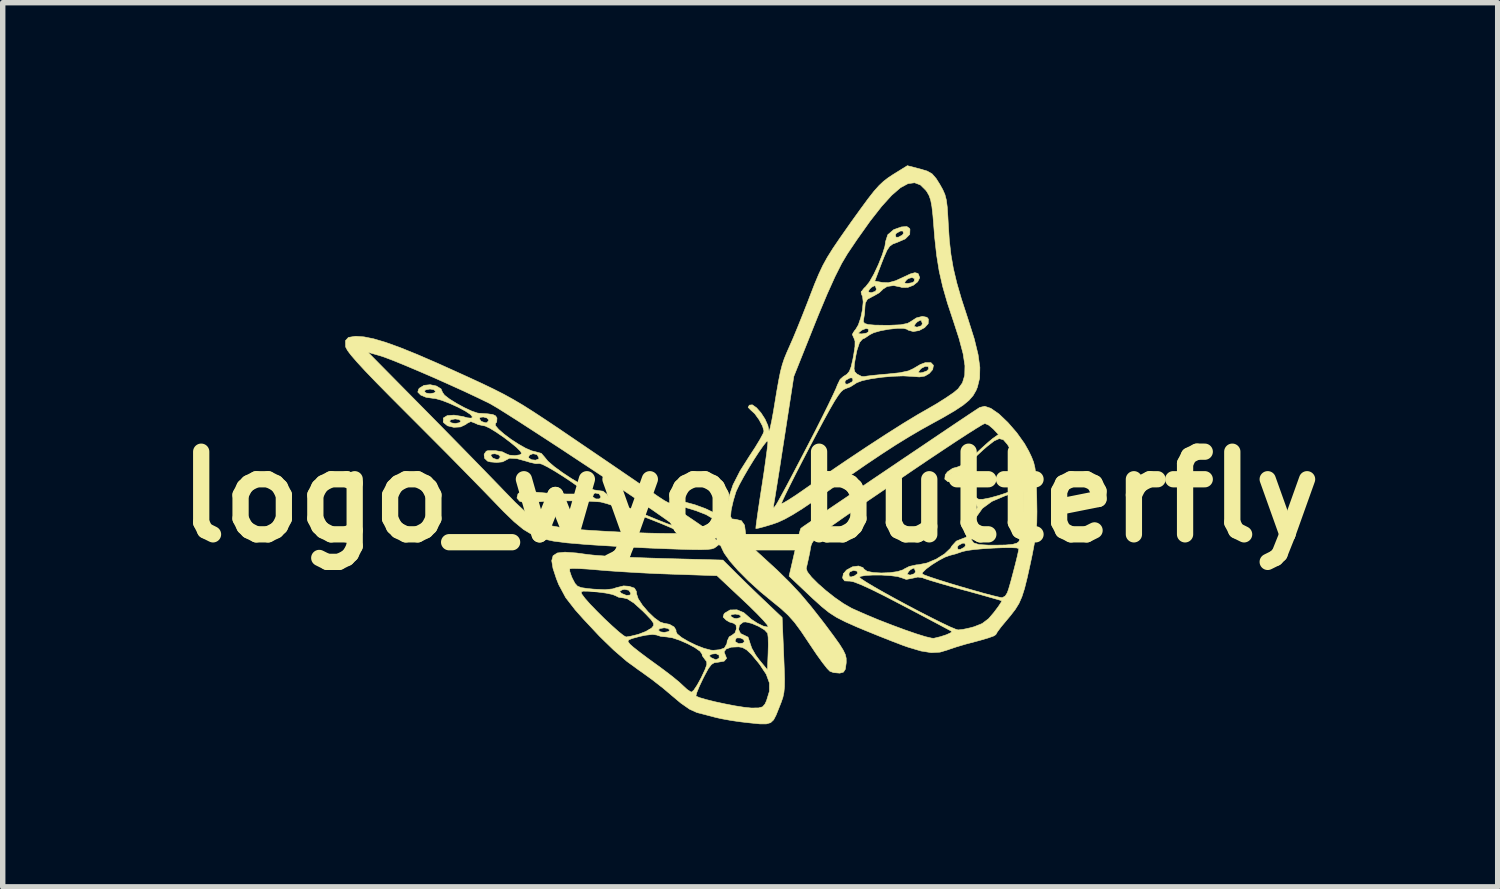
<source format=kicad_pcb>
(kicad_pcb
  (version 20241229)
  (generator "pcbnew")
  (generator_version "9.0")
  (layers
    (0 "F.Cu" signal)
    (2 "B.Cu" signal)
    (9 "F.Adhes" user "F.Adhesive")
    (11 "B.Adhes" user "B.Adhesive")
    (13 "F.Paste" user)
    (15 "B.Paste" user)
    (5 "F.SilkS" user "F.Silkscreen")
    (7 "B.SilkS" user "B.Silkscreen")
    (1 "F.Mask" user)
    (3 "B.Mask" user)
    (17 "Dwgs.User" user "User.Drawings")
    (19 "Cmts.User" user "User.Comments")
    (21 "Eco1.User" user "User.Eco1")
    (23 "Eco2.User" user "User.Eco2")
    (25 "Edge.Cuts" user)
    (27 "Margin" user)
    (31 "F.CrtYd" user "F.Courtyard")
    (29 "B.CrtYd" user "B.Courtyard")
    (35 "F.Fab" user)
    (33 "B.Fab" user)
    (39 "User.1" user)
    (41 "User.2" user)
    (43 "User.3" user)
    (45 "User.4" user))
  (footprint "logo_wyo_butterfly"
    (layer "F.Cu")
    (at 10.784 6.114)
    (property "Reference" "logo_wyo_butterfly" (at 0 0 0) (layer "F.SilkS") (effects (font (size 1.524 1.524) (thickness 0.3))))
    (attr through_hole)
    (fp_poly (pts (xy -3.207 1.033) (xy -2.985 1.063) (xy -2.859 1.076) (xy -2.665 1.09) (xy -2.417 1.104) (xy -2.132 1.117) (xy -1.823 1.128) (xy -1.595 1.135) (xy -0.503 1.164) (xy -0.262 1.404) (xy -0.116 1.548) (xy 0.059 1.718) (xy 0.234 1.886) (xy 0.284 1.933) (xy 0.589 2.223) (xy 0.618 2.912) (xy 0.628 3.169) (xy 0.634 3.358) (xy 0.632 3.497) (xy 0.622 3.604) (xy 0.603 3.695) (xy 0.571 3.788) (xy 0.528 3.897) (xy 0.477 4.024) (xy 0.432 4.11) (xy 0.377 4.162) (xy 0.298 4.185) (xy 0.177 4.185) (xy -0.002 4.167) (xy -0.169 4.148) (xy -0.351 4.122) (xy -0.532 4.089) (xy -0.635 4.066) (xy -0.795 4.024) (xy -0.953 3.983) (xy -0.986 3.974) (xy -1.115 3.916) (xy -1.28 3.801) (xy -1.429 3.676) (xy -1.441 3.666) (xy -1 3.666) (xy -0.999 3.672) (xy -0.939 3.699) (xy -0.816 3.735) (xy -0.652 3.776) (xy -0.466 3.816) (xy -0.28 3.852) (xy -0.115 3.878) (xy 0.009 3.891) (xy 0.027 3.892) (xy 0.156 3.89) (xy 0.229 3.87) (xy 0.273 3.818) (xy 0.301 3.757) (xy 0.354 3.584) (xy 0.354 3.429) (xy 0.296 3.27) (xy 0.175 3.088) (xy 0.141 3.045) (xy 0.023 2.903) (xy -0.066 2.819) (xy -0.143 2.776) (xy -0.212 2.764) (xy -0.348 2.77) (xy -0.443 2.804) (xy -0.482 2.856) (xy -0.465 2.901) (xy -0.435 2.976) (xy -0.481 3.028) (xy -0.594 3.048) (xy -0.595 3.048) (xy -0.661 3.056) (xy -0.715 3.089) (xy -0.771 3.163) (xy -0.842 3.294) (xy -0.87 3.349) (xy -0.938 3.492) (xy -0.984 3.604) (xy -1 3.666) (xy -1.441 3.666) (xy -1.605 3.527) (xy -1.813 3.365) (xy -2.014 3.22) (xy -2.052 3.194) (xy -2.277 3.03) (xy -2.517 2.823) (xy -2.679 2.666) (xy -2.254 2.666) (xy -2.224 2.708) (xy -2.217 2.716) (xy -2.154 2.772) (xy -2.038 2.863) (xy -1.889 2.975) (xy -1.758 3.07) (xy -1.587 3.195) (xy -1.429 3.316) (xy -1.306 3.418) (xy -1.249 3.471) (xy -1.162 3.551) (xy -1.094 3.595) (xy -1.081 3.598) (xy -1.04 3.563) (xy -0.978 3.47) (xy -0.906 3.339) (xy -0.9 3.327) (xy -0.832 3.181) (xy -0.8 3.091) (xy -0.802 3.037) (xy -0.828 3.004) (xy -0.88 2.932) (xy -0.882 2.927) (xy -0.757 2.927) (xy -0.725 2.961) (xy -0.718 2.965) (xy -0.633 3.003) (xy -0.581 2.977) (xy -0.573 2.966) (xy -0.575 2.916) (xy -0.632 2.889) (xy -0.71 2.898) (xy -0.757 2.927) (xy -0.882 2.927) (xy -0.889 2.895) (xy -0.926 2.844) (xy -1.021 2.777) (xy -1.152 2.707) (xy -1.296 2.644) (xy -1.432 2.598) (xy -1.533 2.582) (xy -1.648 2.571) (xy -1.729 2.545) (xy -1.729 2.545) (xy -1.802 2.535) (xy -1.932 2.55) (xy -2.037 2.572) (xy -2.174 2.609) (xy -2.242 2.636) (xy -2.254 2.666) (xy -2.679 2.666) (xy -2.782 2.565) (xy -3.079 2.248) (xy -3.226 2.083) (xy -3.403 1.855) (xy -3.459 1.75) (xy -3.115 1.75) (xy -3.111 1.78) (xy -3.104 1.794) (xy -3.048 1.869) (xy -2.951 1.979) (xy -2.825 2.109) (xy -2.687 2.246) (xy -2.549 2.375) (xy -2.427 2.484) (xy -2.335 2.557) (xy -2.289 2.582) (xy -2.208 2.569) (xy -2.088 2.54) (xy -2.05 2.529) (xy -1.924 2.48) (xy -1.882 2.455) (xy -1.693 2.455) (xy -1.657 2.487) (xy -1.587 2.498) (xy -1.508 2.483) (xy -1.482 2.455) (xy -1.518 2.424) (xy -1.587 2.413) (xy -1.667 2.427) (xy -1.693 2.455) (xy -1.882 2.455) (xy -1.826 2.423) (xy -1.81 2.409) (xy -1.781 2.37) (xy -1.784 2.327) (xy -1.827 2.264) (xy -1.919 2.166) (xy -1.983 2.102) (xy -2.145 1.956) (xy -2.266 1.878) (xy -2.332 1.863) (xy -2.429 1.848) (xy -2.48 1.822) (xy -2.54 1.798) (xy -2.659 1.773) (xy -2.814 1.753) (xy -2.832 1.751) (xy -2.955 1.741) (xy -2.408 1.741) (xy -2.376 1.776) (xy -2.369 1.78) (xy -2.281 1.816) (xy -2.217 1.809) (xy -2.201 1.78) (xy -2.236 1.721) (xy -2.316 1.703) (xy -2.361 1.713) (xy -2.408 1.741) (xy -2.955 1.741) (xy -2.991 1.738) (xy -3.08 1.737) (xy -3.115 1.75) (xy -3.459 1.75) (xy -3.53 1.618) (xy -3.575 1.504) (xy -3.634 1.324) (xy -3.328 1.324) (xy -3.327 1.374) (xy -3.294 1.47) (xy -3.275 1.511) (xy -3.231 1.594) (xy -3.186 1.644) (xy -3.116 1.672) (xy -2.999 1.689) (xy -2.886 1.7) (xy -2.675 1.71) (xy -2.532 1.695) (xy -2.472 1.674) (xy -2.335 1.64) (xy -2.232 1.648) (xy -2.135 1.681) (xy -2.099 1.741) (xy -2.095 1.789) (xy -2.065 1.878) (xy -1.988 1.996) (xy -1.882 2.12) (xy -1.767 2.23) (xy -1.662 2.306) (xy -1.597 2.328) (xy -1.49 2.348) (xy -1.404 2.397) (xy -1.367 2.457) (xy -1.37 2.476) (xy -1.347 2.525) (xy -1.265 2.592) (xy -1.141 2.665) (xy -0.998 2.735) (xy -0.853 2.791) (xy -0.728 2.824) (xy -0.68 2.828) (xy -0.564 2.817) (xy -0.481 2.788) (xy -0.476 2.785) (xy -0.431 2.709) (xy -0.423 2.658) (xy -0.423 2.657) (xy -0.279 2.657) (xy -0.273 2.67) (xy -0.211 2.706) (xy -0.135 2.695) (xy -0.109 2.671) (xy -0.119 2.63) (xy -0.176 2.601) (xy -0.243 2.599) (xy -0.259 2.606) (xy -0.279 2.657) (xy -0.423 2.657) (xy -0.387 2.579) (xy -0.339 2.552) (xy -0.281 2.508) (xy -0.258 2.445) (xy -0.214 2.445) (xy -0.178 2.518) (xy -0.116 2.548) (xy -0.04 2.585) (xy -0.007 2.682) (xy -0.007 2.685) (xy 0.028 2.787) (xy 0.101 2.916) (xy 0.162 2.999) (xy 0.318 3.189) (xy 0.33 2.879) (xy 0.334 2.72) (xy 0.331 2.59) (xy 0.322 2.517) (xy 0.322 2.514) (xy 0.264 2.451) (xy 0.156 2.386) (xy 0.03 2.332) (xy -0.082 2.305) (xy -0.129 2.308) (xy -0.198 2.363) (xy -0.214 2.445) (xy -0.258 2.445) (xy -0.254 2.433) (xy -0.261 2.362) (xy -0.306 2.328) (xy -0.309 2.328) (xy -0.386 2.305) (xy -0.445 2.269) (xy -0.499 2.215) (xy -0.495 2.201) (xy -0.36 2.201) (xy -0.3 2.237) (xy -0.252 2.244) (xy -0.184 2.225) (xy -0.169 2.201) (xy -0.206 2.17) (xy -0.278 2.159) (xy -0.35 2.172) (xy -0.36 2.201) (xy -0.495 2.201) (xy -0.484 2.161) (xy -0.469 2.142) (xy -0.371 2.084) (xy -0.244 2.081) (xy -0.119 2.133) (xy -0.072 2.174) (xy 0.021 2.256) (xy 0.133 2.329) (xy 0.239 2.381) (xy 0.315 2.398) (xy 0.332 2.391) (xy 0.312 2.355) (xy 0.24 2.271) (xy 0.125 2.151) (xy -0.023 2.005) (xy -0.126 1.908) (xy -0.612 1.452) (xy -1.438 1.424) (xy -1.74 1.413) (xy -2.056 1.397) (xy -2.359 1.379) (xy -2.624 1.361) (xy -2.783 1.348) (xy -2.984 1.331) (xy -3.153 1.321) (xy -3.273 1.318) (xy -3.327 1.324) (xy -3.328 1.324) (xy -3.634 1.324) (xy -3.637 1.314) (xy -3.66 1.176) (xy -3.635 1.084) (xy -3.557 1.033) (xy -3.416 1.018) (xy -3.207 1.033)) (stroke (width 0.01) (type solid)) (fill yes) (layer "F.SilkS"))
    (fp_poly (pts (xy 4.438 -1.634) (xy 4.439 -1.633) (xy 4.587 -1.53) (xy 4.752 -1.373) (xy 4.915 -1.185) (xy 5.057 -0.986) (xy 5.135 -0.848) (xy 5.189 -0.735) (xy 5.227 -0.638) (xy 5.251 -0.537) (xy 5.267 -0.413) (xy 5.276 -0.247) (xy 5.283 -0.018) (xy 5.284 0.02) (xy 5.288 0.272) (xy 5.285 0.473) (xy 5.271 0.652) (xy 5.244 0.838) (xy 5.202 1.059) (xy 5.168 1.22) (xy 5.109 1.487) (xy 5.059 1.688) (xy 5.01 1.841) (xy 4.956 1.964) (xy 4.888 2.074) (xy 4.8 2.188) (xy 4.724 2.279) (xy 4.627 2.395) (xy 4.558 2.488) (xy 4.53 2.537) (xy 4.53 2.538) (xy 4.492 2.563) (xy 4.389 2.6) (xy 4.242 2.643) (xy 4.164 2.664) (xy 3.978 2.713) (xy 3.806 2.764) (xy 3.677 2.807) (xy 3.651 2.817) (xy 3.501 2.862) (xy 3.34 2.871) (xy 3.15 2.841) (xy 2.912 2.77) (xy 2.815 2.736) (xy 2.611 2.658) (xy 2.366 2.561) (xy 2.115 2.459) (xy 1.964 2.396) (xy 1.755 2.303) (xy 1.594 2.221) (xy 1.458 2.134) (xy 1.321 2.024) (xy 1.156 1.875) (xy 1.106 1.828) (xy 0.717 1.46) (xy 0.75 1.318) (xy 1.033 1.318) (xy 1.054 1.381) (xy 1.131 1.479) (xy 1.251 1.599) (xy 1.398 1.728) (xy 1.559 1.855) (xy 1.719 1.966) (xy 1.865 2.05) (xy 1.888 2.061) (xy 2.118 2.163) (xy 2.364 2.266) (xy 2.614 2.363) (xy 2.851 2.451) (xy 3.062 2.524) (xy 3.233 2.577) (xy 3.349 2.604) (xy 3.387 2.606) (xy 3.507 2.577) (xy 3.615 2.542) (xy 3.695 2.506) (xy 3.721 2.483) (xy 3.721 2.482) (xy 3.68 2.459) (xy 3.575 2.403) (xy 3.416 2.318) (xy 3.214 2.211) (xy 2.979 2.087) (xy 2.811 1.999) (xy 2.487 1.83) (xy 2.231 1.703) (xy 2.04 1.616) (xy 1.91 1.566) (xy 1.836 1.551) (xy 1.827 1.552) (xy 1.741 1.548) (xy 1.703 1.494) (xy 1.706 1.478) (xy 2.013 1.478) (xy 2.042 1.507) (xy 2.134 1.568) (xy 2.277 1.654) (xy 2.459 1.758) (xy 2.667 1.873) (xy 2.89 1.993) (xy 3.115 2.112) (xy 3.33 2.222) (xy 3.522 2.318) (xy 3.679 2.393) (xy 3.789 2.439) (xy 3.834 2.452) (xy 3.925 2.442) (xy 4.058 2.413) (xy 4.131 2.393) (xy 4.278 2.334) (xy 4.396 2.245) (xy 4.495 2.129) (xy 4.576 2.021) (xy 4.627 1.943) (xy 4.639 1.916) (xy 4.597 1.901) (xy 4.486 1.869) (xy 4.321 1.822) (xy 4.114 1.764) (xy 3.933 1.715) (xy 3.699 1.65) (xy 3.492 1.59) (xy 3.325 1.54) (xy 3.214 1.504) (xy 3.177 1.489) (xy 3.091 1.477) (xy 2.996 1.498) (xy 2.878 1.521) (xy 2.794 1.491) (xy 2.716 1.467) (xy 2.587 1.451) (xy 2.43 1.441) (xy 2.27 1.44) (xy 2.131 1.447) (xy 2.038 1.463) (xy 2.013 1.478) (xy 1.706 1.478) (xy 1.718 1.418) (xy 1.82 1.418) (xy 1.828 1.472) (xy 1.87 1.474) (xy 1.923 1.456) (xy 1.965 1.424) (xy 2.894 1.424) (xy 2.938 1.439) (xy 2.958 1.439) (xy 3.019 1.418) (xy 3.171 1.418) (xy 3.213 1.44) (xy 3.321 1.479) (xy 3.479 1.531) (xy 3.671 1.591) (xy 3.881 1.654) (xy 4.095 1.716) (xy 4.295 1.773) (xy 4.465 1.818) (xy 4.591 1.848) (xy 4.647 1.858) (xy 4.703 1.827) (xy 4.741 1.767) (xy 4.767 1.692) (xy 4.804 1.564) (xy 4.846 1.406) (xy 4.889 1.241) (xy 4.925 1.095) (xy 4.948 0.99) (xy 4.953 0.953) (xy 4.914 0.94) (xy 4.81 0.935) (xy 4.661 0.936) (xy 4.487 0.943) (xy 4.305 0.954) (xy 4.137 0.969) (xy 4.001 0.987) (xy 3.917 1.006) (xy 3.916 1.006) (xy 3.788 1.05) (xy 3.683 1.077) (xy 3.589 1.111) (xy 3.47 1.174) (xy 3.349 1.25) (xy 3.245 1.327) (xy 3.181 1.39) (xy 3.171 1.418) (xy 3.019 1.418) (xy 3.031 1.414) (xy 3.048 1.376) (xy 3.028 1.319) (xy 3.011 1.312) (xy 2.956 1.341) (xy 2.921 1.376) (xy 2.894 1.424) (xy 1.965 1.424) (xy 1.984 1.41) (xy 1.969 1.368) (xy 1.905 1.355) (xy 1.836 1.381) (xy 1.82 1.418) (xy 1.718 1.418) (xy 1.719 1.415) (xy 1.776 1.348) (xy 1.886 1.288) (xy 1.997 1.273) (xy 2.08 1.303) (xy 2.101 1.333) (xy 2.156 1.371) (xy 2.27 1.394) (xy 2.417 1.402) (xy 2.575 1.396) (xy 2.717 1.376) (xy 2.82 1.343) (xy 2.843 1.327) (xy 2.934 1.281) (xy 3.064 1.252) (xy 3.101 1.25) (xy 3.259 1.218) (xy 3.429 1.147) (xy 3.583 1.051) (xy 3.694 0.946) (xy 3.707 0.925) (xy 3.819 0.925) (xy 3.832 0.967) (xy 3.876 0.967) (xy 3.95 0.927) (xy 3.97 0.896) (xy 3.958 0.853) (xy 3.914 0.853) (xy 3.839 0.894) (xy 3.819 0.925) (xy 3.707 0.925) (xy 3.722 0.901) (xy 3.801 0.814) (xy 3.869 0.786) (xy 4.077 0.786) (xy 4.121 0.847) (xy 4.22 0.878) (xy 4.387 0.888) (xy 4.506 0.889) (xy 4.707 0.886) (xy 4.84 0.874) (xy 4.919 0.851) (xy 4.955 0.823) (xy 4.975 0.764) (xy 4.995 0.648) (xy 5.013 0.494) (xy 5.029 0.323) (xy 5.04 0.155) (xy 5.044 0.01) (xy 5.041 -0.091) (xy 5.029 -0.127) (xy 4.983 -0.114) (xy 4.877 -0.081) (xy 4.734 -0.033) (xy 4.704 -0.023) (xy 4.457 0.082) (xy 4.282 0.21) (xy 4.167 0.372) (xy 4.11 0.532) (xy 4.077 0.685) (xy 4.077 0.786) (xy 3.869 0.786) (xy 3.89 0.778) (xy 3.981 0.743) (xy 4.027 0.666) (xy 4.041 0.606) (xy 4.067 0.489) (xy 4.091 0.403) (xy 4.092 0.399) (xy 4.082 0.349) (xy 4.029 0.339) (xy 3.935 0.316) (xy 3.913 0.255) (xy 3.922 0.239) (xy 4.037 0.239) (xy 4.081 0.254) (xy 4.101 0.254) (xy 4.174 0.229) (xy 4.191 0.191) (xy 4.171 0.134) (xy 4.154 0.127) (xy 4.099 0.156) (xy 4.064 0.191) (xy 4.037 0.239) (xy 3.922 0.239) (xy 3.963 0.172) (xy 3.989 0.147) (xy 4.097 0.054) (xy 3.985 -0.123) (xy 3.91 -0.23) (xy 3.848 -0.278) (xy 3.777 -0.282) (xy 3.761 -0.279) (xy 3.646 -0.281) (xy 3.588 -0.33) (xy 3.588 -0.332) (xy 3.932 -0.332) (xy 3.976 -0.219) (xy 4.05 -0.101) (xy 4.139 -0.004) (xy 4.21 0.042) (xy 4.289 0.043) (xy 4.422 0.017) (xy 4.585 -0.028) (xy 4.756 -0.086) (xy 4.911 -0.15) (xy 4.958 -0.173) (xy 4.999 -0.239) (xy 4.999 -0.36) (xy 4.964 -0.519) (xy 4.895 -0.698) (xy 4.833 -0.82) (xy 4.743 -0.97) (xy 4.669 -1.055) (xy 4.593 -1.076) (xy 4.499 -1.034) (xy 4.368 -0.932) (xy 4.296 -0.869) (xy 4.167 -0.75) (xy 4.063 -0.645) (xy 4.002 -0.571) (xy 3.993 -0.554) (xy 3.956 -0.458) (xy 3.933 -0.413) (xy 3.932 -0.332) (xy 3.588 -0.332) (xy 3.594 -0.382) (xy 3.683 -0.382) (xy 3.71 -0.342) (xy 3.787 -0.366) (xy 3.809 -0.379) (xy 3.848 -0.426) (xy 3.842 -0.447) (xy 3.782 -0.46) (xy 3.713 -0.43) (xy 3.683 -0.382) (xy 3.594 -0.382) (xy 3.597 -0.409) (xy 3.638 -0.463) (xy 3.733 -0.528) (xy 3.816 -0.55) (xy 3.892 -0.58) (xy 4.006 -0.66) (xy 4.14 -0.778) (xy 4.145 -0.784) (xy 4.274 -0.905) (xy 4.391 -1.01) (xy 4.474 -1.079) (xy 4.482 -1.084) (xy 4.578 -1.152) (xy 4.483 -1.253) (xy 4.399 -1.324) (xy 4.329 -1.355) (xy 4.327 -1.355) (xy 4.279 -1.332) (xy 4.17 -1.266) (xy 4.006 -1.162) (xy 3.798 -1.027) (xy 3.552 -0.864) (xy 3.276 -0.68) (xy 2.98 -0.48) (xy 2.948 -0.458) (xy 2.547 -0.185) (xy 2.21 0.044) (xy 1.932 0.233) (xy 1.706 0.389) (xy 1.528 0.514) (xy 1.39 0.615) (xy 1.288 0.694) (xy 1.216 0.757) (xy 1.168 0.808) (xy 1.139 0.852) (xy 1.123 0.893) (xy 1.113 0.936) (xy 1.105 0.985) (xy 1.1 1.016) (xy 1.07 1.158) (xy 1.044 1.273) (xy 1.033 1.318) (xy 0.75 1.318) (xy 0.817 1.027) (xy 0.86 0.847) (xy 0.897 0.7) (xy 0.924 0.605) (xy 0.935 0.578) (xy 0.979 0.546) (xy 1.086 0.473) (xy 1.245 0.364) (xy 1.449 0.225) (xy 1.689 0.063) (xy 1.956 -0.118) (xy 2.241 -0.312) (xy 2.536 -0.511) (xy 2.833 -0.712) (xy 3.123 -0.907) (xy 3.397 -1.092) (xy 3.646 -1.26) (xy 3.862 -1.405) (xy 4.037 -1.522) (xy 4.161 -1.604) (xy 4.227 -1.647) (xy 4.234 -1.651) (xy 4.325 -1.672) (xy 4.438 -1.634)) (stroke (width 0.01) (type solid)) (fill yes) (layer "F.SilkS"))
    (fp_poly (pts (xy 3.13 -6.049) (xy 3.265 -6.009) (xy 3.354 -5.958) (xy 3.428 -5.873) (xy 3.495 -5.767) (xy 3.551 -5.667) (xy 3.591 -5.576) (xy 3.617 -5.475) (xy 3.634 -5.343) (xy 3.646 -5.157) (xy 3.653 -5.026) (xy 3.672 -4.732) (xy 3.702 -4.468) (xy 3.746 -4.214) (xy 3.809 -3.948) (xy 3.896 -3.648) (xy 4.012 -3.293) (xy 4.021 -3.265) (xy 4.132 -2.914) (xy 4.202 -2.626) (xy 4.235 -2.389) (xy 4.231 -2.193) (xy 4.19 -2.025) (xy 4.164 -1.962) (xy 4.11 -1.869) (xy 4.034 -1.782) (xy 3.925 -1.692) (xy 3.769 -1.589) (xy 3.557 -1.465) (xy 3.385 -1.371) (xy 3.149 -1.24) (xy 2.919 -1.105) (xy 2.682 -0.959) (xy 2.426 -0.793) (xy 2.138 -0.6) (xy 1.807 -0.371) (xy 1.458 -0.125) (xy 1.181 0.068) (xy 0.96 0.217) (xy 0.782 0.328) (xy 0.636 0.409) (xy 0.51 0.467) (xy 0.404 0.504) (xy 0.261 0.547) (xy 0.154 0.575) (xy 0.105 0.583) (xy 0.104 0.583) (xy 0.107 0.539) (xy 0.122 0.426) (xy 0.146 0.255) (xy 0.156 0.189) (xy 0.427 0.189) (xy 0.438 0.198) (xy 0.476 0.148) (xy 0.511 0.089) (xy 0.579 -0.035) (xy 0.675 -0.212) (xy 0.791 -0.432) (xy 0.923 -0.684) (xy 1.062 -0.951) (xy 1.203 -1.224) (xy 1.331 -1.478) (xy 1.441 -1.7) (xy 1.527 -1.88) (xy 1.585 -2.006) (xy 1.609 -2.068) (xy 1.636 -2.123) (xy 1.745 -2.123) (xy 1.757 -2.081) (xy 1.801 -2.081) (xy 1.876 -2.121) (xy 1.896 -2.152) (xy 1.883 -2.195) (xy 1.839 -2.195) (xy 1.765 -2.154) (xy 1.745 -2.123) (xy 1.636 -2.123) (xy 1.658 -2.168) (xy 1.714 -2.218) (xy 1.783 -2.262) (xy 1.828 -2.315) (xy 1.861 -2.4) (xy 1.893 -2.539) (xy 1.907 -2.612) (xy 1.932 -2.773) (xy 1.933 -2.874) (xy 1.911 -2.935) (xy 1.907 -2.94) (xy 1.883 -2.998) (xy 1.898 -3.023) (xy 1.995 -3.023) (xy 2.013 -3.009) (xy 2.061 -3.007) (xy 2.146 -3.022) (xy 2.178 -3.045) (xy 2.184 -3.094) (xy 2.137 -3.107) (xy 2.064 -3.079) (xy 2.049 -3.069) (xy 1.995 -3.023) (xy 1.898 -3.023) (xy 1.923 -3.065) (xy 1.941 -3.084) (xy 1.98 -3.148) (xy 3.021 -3.148) (xy 3.065 -3.133) (xy 3.085 -3.133) (xy 3.158 -3.158) (xy 3.175 -3.196) (xy 3.155 -3.253) (xy 3.138 -3.26) (xy 3.083 -3.231) (xy 3.048 -3.196) (xy 3.021 -3.148) (xy 1.98 -3.148) (xy 1.994 -3.172) (xy 2.039 -3.305) (xy 2.07 -3.455) (xy 2.083 -3.596) (xy 2.072 -3.699) (xy 2.057 -3.727) (xy 2.045 -3.778) (xy 2.048 -3.783) (xy 2.174 -3.783) (xy 2.218 -3.768) (xy 2.238 -3.768) (xy 2.311 -3.793) (xy 2.328 -3.831) (xy 2.308 -3.888) (xy 2.291 -3.895) (xy 2.236 -3.866) (xy 2.201 -3.831) (xy 2.174 -3.783) (xy 2.048 -3.783) (xy 2.101 -3.851) (xy 2.127 -3.874) (xy 2.199 -3.965) (xy 2.282 -4.111) (xy 2.365 -4.287) (xy 2.436 -4.466) (xy 2.484 -4.622) (xy 2.498 -4.715) (xy 2.536 -4.833) (xy 2.676 -4.833) (xy 2.689 -4.79) (xy 2.733 -4.79) (xy 2.807 -4.831) (xy 2.827 -4.862) (xy 2.815 -4.904) (xy 2.771 -4.904) (xy 2.696 -4.864) (xy 2.676 -4.833) (xy 2.536 -4.833) (xy 2.537 -4.835) (xy 2.646 -4.929) (xy 2.786 -4.979) (xy 2.888 -4.987) (xy 2.939 -4.952) (xy 2.946 -4.936) (xy 2.942 -4.842) (xy 2.86 -4.759) (xy 2.71 -4.694) (xy 2.63 -4.665) (xy 2.571 -4.622) (xy 2.522 -4.548) (xy 2.467 -4.423) (xy 2.424 -4.314) (xy 2.297 -3.981) (xy 2.438 -3.955) (xy 2.551 -3.951) (xy 2.562 -3.954) (xy 2.843 -3.954) (xy 2.87 -3.938) (xy 2.909 -3.937) (xy 2.993 -3.953) (xy 3.025 -3.976) (xy 3.029 -4.027) (xy 2.983 -4.046) (xy 2.916 -4.028) (xy 2.887 -4.006) (xy 2.843 -3.954) (xy 2.562 -3.954) (xy 2.681 -3.987) (xy 2.813 -4.047) (xy 2.951 -4.112) (xy 3.037 -4.136) (xy 3.089 -4.123) (xy 3.1 -4.114) (xy 3.126 -4.043) (xy 3.089 -3.968) (xy 3.009 -3.904) (xy 2.906 -3.864) (xy 2.799 -3.863) (xy 2.767 -3.873) (xy 2.646 -3.898) (xy 2.526 -3.882) (xy 2.446 -3.831) (xy 2.44 -3.823) (xy 2.379 -3.765) (xy 2.276 -3.706) (xy 2.261 -3.7) (xy 2.162 -3.646) (xy 2.122 -3.575) (xy 2.116 -3.503) (xy 2.108 -3.377) (xy 2.092 -3.279) (xy 2.087 -3.231) (xy 2.111 -3.199) (xy 2.177 -3.179) (xy 2.296 -3.169) (xy 2.483 -3.166) (xy 2.575 -3.166) (xy 2.774 -3.175) (xy 2.902 -3.201) (xy 2.956 -3.231) (xy 3.065 -3.302) (xy 3.175 -3.33) (xy 3.259 -3.313) (xy 3.287 -3.279) (xy 3.282 -3.195) (xy 3.216 -3.122) (xy 3.116 -3.069) (xy 3.007 -3.05) (xy 2.912 -3.077) (xy 2.895 -3.091) (xy 2.829 -3.11) (xy 2.708 -3.109) (xy 2.559 -3.093) (xy 2.408 -3.066) (xy 2.281 -3.03) (xy 2.208 -2.994) (xy 2.117 -2.932) (xy 2.069 -2.91) (xy 2.016 -2.848) (xy 1.968 -2.703) (xy 1.948 -2.605) (xy 1.921 -2.453) (xy 1.915 -2.362) (xy 1.929 -2.308) (xy 1.967 -2.269) (xy 1.974 -2.264) (xy 2.054 -2.223) (xy 2.1 -2.22) (xy 2.161 -2.23) (xy 2.284 -2.244) (xy 2.449 -2.26) (xy 2.535 -2.267) (xy 2.763 -2.291) (xy 2.79 -2.297) (xy 3.099 -2.297) (xy 3.134 -2.288) (xy 3.174 -2.293) (xy 3.258 -2.324) (xy 3.292 -2.36) (xy 3.282 -2.405) (xy 3.228 -2.408) (xy 3.159 -2.374) (xy 3.129 -2.345) (xy 3.099 -2.297) (xy 2.79 -2.297) (xy 2.919 -2.325) (xy 3.016 -2.37) (xy 3.021 -2.374) (xy 3.136 -2.442) (xy 3.231 -2.478) (xy 3.332 -2.478) (xy 3.379 -2.428) (xy 3.365 -2.349) (xy 3.302 -2.277) (xy 3.22 -2.229) (xy 3.12 -2.213) (xy 2.988 -2.223) (xy 2.823 -2.232) (xy 2.626 -2.225) (xy 2.42 -2.207) (xy 2.226 -2.179) (xy 2.066 -2.145) (xy 1.963 -2.106) (xy 1.946 -2.094) (xy 1.847 -2.031) (xy 1.757 -1.997) (xy 1.718 -1.978) (xy 1.674 -1.939) (xy 1.621 -1.87) (xy 1.552 -1.763) (xy 1.464 -1.61) (xy 1.35 -1.403) (xy 1.207 -1.134) (xy 1.1 -0.93) (xy 0.959 -0.659) (xy 0.833 -0.414) (xy 0.727 -0.203) (xy 0.645 -0.037) (xy 0.593 0.075) (xy 0.575 0.123) (xy 0.576 0.124) (xy 0.616 0.109) (xy 0.709 0.054) (xy 0.842 -0.032) (xy 0.964 -0.116) (xy 1.371 -0.4) (xy 1.772 -0.672) (xy 2.156 -0.928) (xy 2.511 -1.159) (xy 2.827 -1.359) (xy 3.093 -1.52) (xy 3.242 -1.605) (xy 3.434 -1.716) (xy 3.61 -1.827) (xy 3.751 -1.923) (xy 3.834 -1.993) (xy 3.914 -2.105) (xy 3.956 -2.244) (xy 3.96 -2.42) (xy 3.926 -2.642) (xy 3.852 -2.92) (xy 3.756 -3.217) (xy 3.638 -3.573) (xy 3.55 -3.879) (xy 3.485 -4.164) (xy 3.438 -4.456) (xy 3.402 -4.783) (xy 3.388 -4.959) (xy 3.369 -5.192) (xy 3.35 -5.358) (xy 3.328 -5.474) (xy 3.299 -5.557) (xy 3.26 -5.626) (xy 3.237 -5.657) (xy 3.14 -5.753) (xy 3.032 -5.794) (xy 2.91 -5.778) (xy 2.771 -5.703) (xy 2.61 -5.564) (xy 2.424 -5.359) (xy 2.211 -5.087) (xy 1.966 -4.742) (xy 1.794 -4.487) (xy 1.687 -4.307) (xy 1.563 -4.061) (xy 1.421 -3.746) (xy 1.257 -3.355) (xy 1.193 -3.196) (xy 0.804 -2.223) (xy 0.634 -1.122) (xy 0.587 -0.82) (xy 0.544 -0.54) (xy 0.505 -0.294) (xy 0.473 -0.095) (xy 0.451 0.043) (xy 0.44 0.106) (xy 0.427 0.189) (xy 0.156 0.189) (xy 0.178 0.04) (xy 0.216 -0.206) (xy 0.217 -0.211) (xy 0.255 -0.46) (xy 0.286 -0.68) (xy 0.31 -0.858) (xy 0.324 -0.98) (xy 0.326 -1.033) (xy 0.326 -1.033) (xy 0.3 -1.02) (xy 0.242 -0.948) (xy 0.161 -0.832) (xy 0.067 -0.687) (xy -0.031 -0.528) (xy -0.123 -0.369) (xy -0.201 -0.226) (xy -0.255 -0.113) (xy -0.266 -0.085) (xy -0.312 0.069) (xy -0.347 0.221) (xy -0.353 0.259) (xy -0.361 0.361) (xy -0.339 0.404) (xy -0.272 0.413) (xy -0.267 0.413) (xy -0.162 0.438) (xy -0.104 0.521) (xy -0.085 0.671) (xy -0.085 0.675) (xy -0.077 0.75) (xy -0.046 0.822) (xy 0.02 0.905) (xy 0.133 1.016) (xy 0.222 1.097) (xy 0.499 1.351) (xy 0.728 1.576) (xy 0.93 1.792) (xy 1.124 2.023) (xy 1.332 2.288) (xy 1.39 2.364) (xy 1.54 2.566) (xy 1.646 2.714) (xy 1.714 2.823) (xy 1.753 2.904) (xy 1.77 2.973) (xy 1.771 3.042) (xy 1.77 3.063) (xy 1.754 3.177) (xy 1.72 3.23) (xy 1.652 3.249) (xy 1.651 3.249) (xy 1.537 3.239) (xy 1.469 3.214) (xy 1.418 3.162) (xy 1.333 3.054) (xy 1.225 2.904) (xy 1.106 2.727) (xy 1.082 2.691) (xy 0.938 2.476) (xy 0.817 2.312) (xy 0.699 2.18) (xy 0.566 2.057) (xy 0.418 1.937) (xy 0.185 1.745) (xy -0.033 1.547) (xy -0.224 1.355) (xy -0.376 1.181) (xy -0.478 1.038) (xy -0.504 0.986) (xy -0.545 0.898) (xy -0.579 0.88) (xy -0.628 0.918) (xy -0.66 0.941) (xy -0.71 0.958) (xy -0.789 0.968) (xy -0.91 0.972) (xy -1.084 0.97) (xy -1.323 0.963) (xy -1.523 0.956) (xy -1.845 0.943) (xy -2.2 0.926) (xy -2.555 0.906) (xy -2.879 0.886) (xy -3.051 0.874) (xy -3.373 0.847) (xy -3.629 0.814) (xy -3.838 0.768) (xy -4.016 0.698) (xy -4.182 0.598) (xy -4.353 0.457) (xy -4.548 0.269) (xy -4.741 0.069) (xy -4.89 -0.085) (xy -5.087 -0.287) (xy -5.322 -0.527) (xy -5.583 -0.792) (xy -5.861 -1.071) (xy -6.142 -1.353) (xy -6.333 -1.544) (xy -6.643 -1.855) (xy -6.897 -2.113) (xy -7.098 -2.322) (xy -7.25 -2.487) (xy -7.358 -2.612) (xy -7.401 -2.668) (xy -7.048 -2.668) (xy -6.011 -1.618) (xy -5.745 -1.348) (xy -5.478 -1.076) (xy -5.22 -0.813) (xy -4.984 -0.571) (xy -4.779 -0.36) (xy -4.616 -0.192) (xy -4.551 -0.124) (xy -4.335 0.098) (xy -4.154 0.267) (xy -3.991 0.39) (xy -3.827 0.477) (xy -3.645 0.536) (xy -3.425 0.575) (xy -3.15 0.602) (xy -2.942 0.617) (xy -2.677 0.633) (xy -2.403 0.647) (xy -2.132 0.658) (xy -1.879 0.667) (xy -1.654 0.672) (xy -1.47 0.674) (xy -1.34 0.672) (xy -1.277 0.666) (xy -1.274 0.661) (xy -1.338 0.623) (xy -1.467 0.564) (xy -1.642 0.49) (xy -1.848 0.408) (xy -2.068 0.324) (xy -2.284 0.245) (xy -2.482 0.176) (xy -2.643 0.123) (xy -2.752 0.094) (xy -2.773 0.091) (xy -2.94 0.08) (xy -3.151 0.073) (xy -3.383 0.072) (xy -3.612 0.076) (xy -3.816 0.083) (xy -3.97 0.096) (xy -4.022 0.103) (xy -4.154 0.11) (xy -4.253 0.078) (xy -4.301 0.02) (xy -4.296 0) (xy -4.191 0) (xy -4.155 0.032) (xy -4.085 0.042) (xy -4.006 0.028) (xy -3.979 0) (xy -3.993 -0.012) (xy -2.904 -0.012) (xy -2.898 0.003) (xy -2.846 0.037) (xy -2.782 0.037) (xy -2.752 0.002) (xy -2.785 -0.057) (xy -2.854 -0.073) (xy -2.879 -0.063) (xy -2.904 -0.012) (xy -3.993 -0.012) (xy -4.016 -0.032) (xy -4.085 -0.042) (xy -4.165 -0.028) (xy -4.191 0) (xy -4.296 0) (xy -4.283 -0.054) (xy -4.276 -0.063) (xy -4.209 -0.11) (xy -4.105 -0.112) (xy -4.066 -0.105) (xy -3.936 -0.087) (xy -3.77 -0.072) (xy -3.585 -0.061) (xy -3.403 -0.055) (xy -3.24 -0.054) (xy -3.117 -0.059) (xy -3.053 -0.071) (xy -3.048 -0.076) (xy -3.082 -0.118) (xy -3.171 -0.189) (xy -3.298 -0.279) (xy -3.445 -0.377) (xy -3.595 -0.471) (xy -3.731 -0.55) (xy -3.834 -0.602) (xy -3.888 -0.618) (xy -3.889 -0.617) (xy -3.952 -0.614) (xy -4.06 -0.638) (xy -4.114 -0.655) (xy -4.302 -0.707) (xy -4.437 -0.715) (xy -4.508 -0.678) (xy -4.508 -0.677) (xy -4.568 -0.647) (xy -4.674 -0.636) (xy -4.79 -0.646) (xy -4.844 -0.661) (xy -4.899 -0.714) (xy -4.905 -0.768) (xy -4.784 -0.768) (xy -4.749 -0.717) (xy -4.675 -0.691) (xy -4.643 -0.693) (xy -4.612 -0.731) (xy -4.09 -0.731) (xy -4.085 -0.72) (xy -4.032 -0.686) (xy -3.957 -0.679) (xy -3.902 -0.699) (xy -3.895 -0.717) (xy -3.926 -0.774) (xy -3.939 -0.784) (xy -4.006 -0.797) (xy -4.068 -0.774) (xy -4.09 -0.731) (xy -4.612 -0.731) (xy -4.61 -0.734) (xy -4.609 -0.742) (xy -4.642 -0.779) (xy -4.709 -0.797) (xy -4.769 -0.79) (xy -4.784 -0.768) (xy -4.905 -0.768) (xy -4.906 -0.788) (xy -4.867 -0.844) (xy -4.837 -0.853) (xy -4.692 -0.853) (xy -4.569 -0.831) (xy -4.511 -0.801) (xy -4.44 -0.771) (xy -4.338 -0.763) (xy -4.248 -0.777) (xy -4.215 -0.8) (xy -4.235 -0.841) (xy -4.309 -0.915) (xy -4.421 -1.007) (xy -4.552 -1.106) (xy -4.685 -1.197) (xy -4.803 -1.269) (xy -4.889 -1.309) (xy -4.91 -1.312) (xy -5.017 -1.335) (xy -5.078 -1.363) (xy -5.152 -1.391) (xy -5.223 -1.356) (xy -5.245 -1.337) (xy -5.342 -1.291) (xy -5.465 -1.284) (xy -5.581 -1.312) (xy -5.654 -1.371) (xy -5.66 -1.382) (xy -5.659 -1.397) (xy -5.546 -1.397) (xy -5.509 -1.365) (xy -5.44 -1.355) (xy -5.36 -1.369) (xy -5.334 -1.397) (xy -5.37 -1.429) (xy -5.44 -1.439) (xy -5.519 -1.425) (xy -5.546 -1.397) (xy -5.659 -1.397) (xy -5.657 -1.446) (xy -4.995 -1.446) (xy -4.961 -1.395) (xy -4.887 -1.368) (xy -4.855 -1.37) (xy -4.822 -1.411) (xy -4.821 -1.419) (xy -4.854 -1.456) (xy -4.921 -1.475) (xy -4.98 -1.468) (xy -4.995 -1.446) (xy -5.657 -1.446) (xy -5.657 -1.457) (xy -5.587 -1.5) (xy -5.463 -1.509) (xy -5.297 -1.483) (xy -5.218 -1.46) (xy -5.141 -1.452) (xy -5.122 -1.476) (xy -5.159 -1.522) (xy -5.254 -1.585) (xy -5.388 -1.656) (xy -5.538 -1.724) (xy -5.684 -1.781) (xy -5.805 -1.815) (xy -5.854 -1.82) (xy -5.978 -1.838) (xy -6.076 -1.879) (xy -6.13 -1.934) (xy -6.126 -1.947) (xy -6.011 -1.947) (xy -5.975 -1.916) (xy -5.905 -1.905) (xy -5.826 -1.919) (xy -5.8 -1.947) (xy -5.836 -1.979) (xy -5.905 -1.99) (xy -5.985 -1.975) (xy -6.011 -1.947) (xy -6.126 -1.947) (xy -6.114 -1.988) (xy -6.1 -2.006) (xy -6.015 -2.058) (xy -5.901 -2.07) (xy -5.787 -2.046) (xy -5.702 -1.994) (xy -5.673 -1.927) (xy -5.637 -1.877) (xy -5.545 -1.806) (xy -5.417 -1.726) (xy -5.274 -1.648) (xy -5.137 -1.584) (xy -5.028 -1.547) (xy -4.996 -1.543) (xy -4.838 -1.533) (xy -4.744 -1.519) (xy -4.696 -1.496) (xy -4.672 -1.459) (xy -4.67 -1.456) (xy -4.674 -1.382) (xy -4.698 -1.355) (xy -4.698 -1.316) (xy -4.639 -1.246) (xy -4.538 -1.158) (xy -4.411 -1.063) (xy -4.272 -0.973) (xy -4.14 -0.898) (xy -4.028 -0.85) (xy -3.979 -0.839) (xy -3.852 -0.804) (xy -3.791 -0.734) (xy -3.731 -0.66) (xy -3.615 -0.56) (xy -3.462 -0.448) (xy -3.292 -0.336) (xy -3.124 -0.237) (xy -2.978 -0.163) (xy -2.873 -0.128) (xy -2.857 -0.126) (xy -2.715 -0.106) (xy -2.635 -0.044) (xy -2.619 -0.007) (xy -2.575 0.032) (xy -2.469 0.092) (xy -2.32 0.165) (xy -2.2 0.218) (xy -1.912 0.339) (xy -1.696 0.428) (xy -1.544 0.488) (xy -1.452 0.52) (xy -1.414 0.527) (xy -1.418 0.515) (xy -1.48 0.466) (xy -1.604 0.378) (xy -1.78 0.255) (xy -1.874 0.191) (xy -1.341 0.191) (xy -1.302 0.244) (xy -1.188 0.334) (xy -1.066 0.416) (xy -0.912 0.521) (xy -0.783 0.619) (xy -0.697 0.695) (xy -0.676 0.723) (xy -0.629 0.795) (xy -0.611 0.79) (xy -0.629 0.715) (xy -0.638 0.692) (xy -0.658 0.581) (xy -0.637 0.536) (xy -0.622 0.473) (xy -0.684 0.401) (xy -0.814 0.325) (xy -0.999 0.253) (xy -1.189 0.195) (xy -1.303 0.175) (xy -1.341 0.191) (xy -1.874 0.191) (xy -2.002 0.104) (xy -2.258 -0.069) (xy -2.54 -0.258) (xy -2.84 -0.458) (xy -3.148 -0.661) (xy -3.455 -0.864) (xy -3.752 -1.058) (xy -4.031 -1.239) (xy -4.281 -1.401) (xy -4.495 -1.537) (xy -4.663 -1.642) (xy -4.777 -1.709) (xy -4.808 -1.726) (xy -5.024 -1.831) (xy -5.277 -1.95) (xy -5.553 -2.075) (xy -5.835 -2.201) (xy -6.111 -2.32) (xy -6.364 -2.427) (xy -6.58 -2.515) (xy -6.743 -2.577) (xy -6.815 -2.601) (xy -7.048 -2.668) (xy -7.401 -2.668) (xy -7.426 -2.702) (xy -7.458 -2.761) (xy -7.461 -2.773) (xy -7.463 -2.883) (xy -7.409 -2.942) (xy -7.287 -2.962) (xy -7.269 -2.963) (xy -7.121 -2.952) (xy -6.943 -2.916) (xy -6.726 -2.852) (xy -6.462 -2.757) (xy -6.145 -2.629) (xy -5.766 -2.465) (xy -5.475 -2.334) (xy -5.18 -2.2) (xy -4.936 -2.087) (xy -4.728 -1.987) (xy -4.543 -1.893) (xy -4.369 -1.797) (xy -4.191 -1.692) (xy -3.997 -1.569) (xy -3.773 -1.422) (xy -3.506 -1.243) (xy -3.182 -1.023) (xy -3.175 -1.018) (xy -2.878 -0.816) (xy -2.591 -0.621) (xy -2.325 -0.439) (xy -2.092 -0.28) (xy -1.9 -0.148) (xy -1.762 -0.053) (xy -1.705 -0.013) (xy -1.584 0.066) (xy -1.5 0.111) (xy -1.465 0.115) (xy -1.466 0.107) (xy -1.479 0.067) (xy -1.469 0.049) (xy -1.418 0.05) (xy -1.311 0.071) (xy -1.219 0.09) (xy -1.02 0.144) (xy -0.828 0.214) (xy -0.665 0.292) (xy -0.55 0.368) (xy -0.514 0.408) (xy -0.476 0.462) (xy -0.464 0.466) (xy -0.457 0.414) (xy -0.445 0.309) (xy -0.44 0.254) (xy -0.397 0.013) (xy -0.316 -0.225) (xy -0.187 -0.479) (xy -0.015 -0.751) (xy 0.093 -0.916) (xy 0.18 -1.06) (xy 0.237 -1.166) (xy 0.254 -1.215) (xy 0.228 -1.306) (xy 0.164 -1.425) (xy 0.084 -1.536) (xy 0.008 -1.605) (xy 0.007 -1.606) (xy -0.038 -1.652) (xy -0.016 -1.693) (xy 0.039 -1.699) (xy 0.116 -1.645) (xy 0.198 -1.552) (xy 0.273 -1.436) (xy 0.326 -1.317) (xy 0.343 -1.231) (xy 0.35 -1.215) (xy 0.368 -1.273) (xy 0.395 -1.395) (xy 0.427 -1.569) (xy 0.444 -1.672) (xy 0.489 -1.946) (xy 0.526 -2.153) (xy 0.558 -2.312) (xy 0.591 -2.438) (xy 0.628 -2.55) (xy 0.675 -2.664) (xy 0.732 -2.793) (xy 0.793 -2.932) (xy 0.874 -3.128) (xy 0.967 -3.359) (xy 1.063 -3.603) (xy 1.102 -3.705) (xy 1.188 -3.927) (xy 1.264 -4.108) (xy 1.338 -4.266) (xy 1.421 -4.417) (xy 1.523 -4.58) (xy 1.654 -4.773) (xy 1.823 -5.014) (xy 1.855 -5.06) (xy 2.033 -5.307) (xy 2.172 -5.496) (xy 2.283 -5.638) (xy 2.376 -5.742) (xy 2.461 -5.822) (xy 2.547 -5.888) (xy 2.632 -5.944) (xy 2.898 -6.109) (xy 3.13 -6.049)) (stroke (width 0.01) (type solid)) (fill yes) (layer "F.SilkS")))
  (gr_rect
    (start -3 -3)
    (end 24.568 13.304)
    (stroke (width 0.1) (type default))
    (fill no)
    (layer "Edge.Cuts")))
</source>
